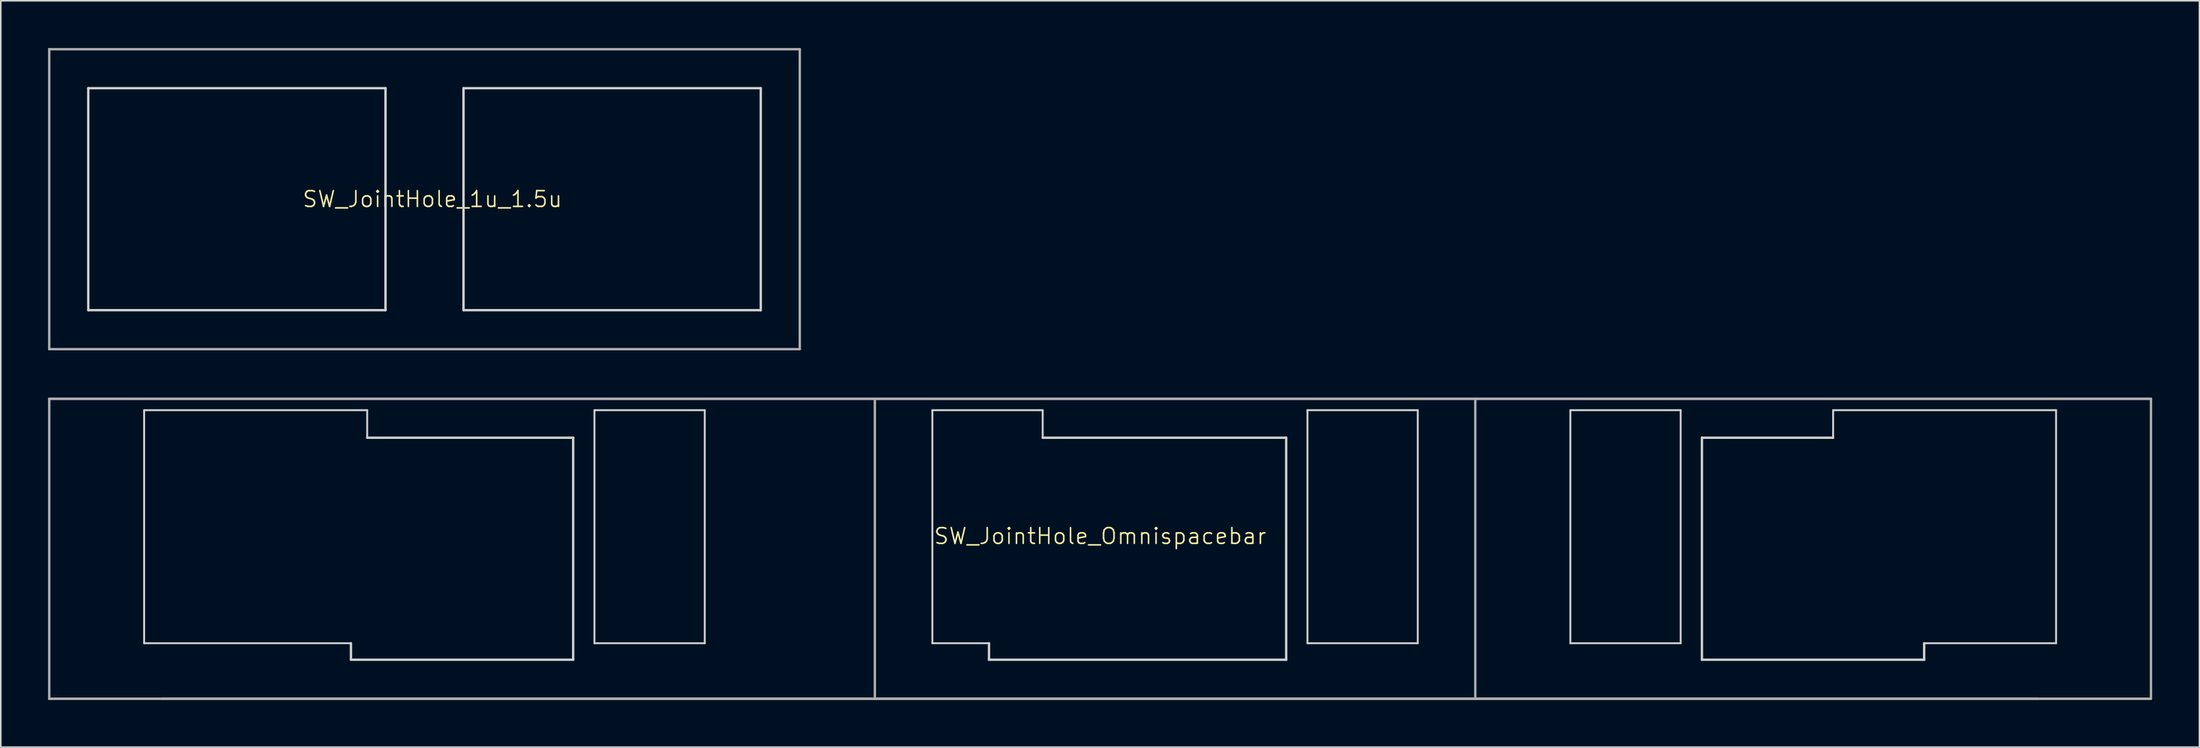
<source format=kicad_pcb>
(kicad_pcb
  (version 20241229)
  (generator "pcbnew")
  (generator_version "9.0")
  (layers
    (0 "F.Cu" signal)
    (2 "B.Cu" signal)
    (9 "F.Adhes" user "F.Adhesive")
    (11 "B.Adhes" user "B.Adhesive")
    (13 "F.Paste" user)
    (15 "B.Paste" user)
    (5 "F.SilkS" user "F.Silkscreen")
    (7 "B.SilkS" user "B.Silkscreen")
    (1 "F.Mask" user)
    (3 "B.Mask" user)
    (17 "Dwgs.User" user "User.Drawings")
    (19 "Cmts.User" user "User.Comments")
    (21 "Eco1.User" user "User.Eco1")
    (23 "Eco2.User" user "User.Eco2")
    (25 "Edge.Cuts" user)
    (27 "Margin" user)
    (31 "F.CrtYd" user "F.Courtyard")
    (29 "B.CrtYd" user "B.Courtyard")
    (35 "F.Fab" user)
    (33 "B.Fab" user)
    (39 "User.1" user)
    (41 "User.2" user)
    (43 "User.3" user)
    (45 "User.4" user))
  (footprint "SW_JointHole_1u_1.5u"
    (layer "F.Cu")
    (at 23.887 9.6)
    (property "Reference" "SW_JointHole_1u_1.5u" (at 0.5 0 0) (unlocked yes) (layer "F.SilkS") (effects (font (size 1 1) (thickness 0.1))))
    (attr through_hole)
    (fp_line (start -21.337 -7.05) (end -2.475 -7.05) (stroke (width 0.15) (type solid)) (layer "Edge.Cuts"))
    (fp_line (start -21.337 7.05) (end -21.337 -7.05) (stroke (width 0.15) (type solid)) (layer "Edge.Cuts"))
    (fp_line (start -2.477 7.05) (end -21.337 7.05) (stroke (width 0.15) (type solid)) (layer "Edge.Cuts"))
    (fp_line (start -2.475 -7.05) (end -2.475 7.05) (stroke (width 0.15) (type solid)) (layer "Edge.Cuts"))
    (fp_line (start 2.475 -7.05) (end 21.337 -7.05) (stroke (width 0.15) (type solid)) (layer "Edge.Cuts"))
    (fp_line (start 2.475 7.05) (end 2.475 -7.05) (stroke (width 0.15) (type solid)) (layer "Edge.Cuts"))
    (fp_line (start 21.337 -7.05) (end 21.337 7.05) (stroke (width 0.15) (type solid)) (layer "Edge.Cuts"))
    (fp_line (start 21.337 7.05) (end 2.475 7.05) (stroke (width 0.15) (type solid)) (layer "Edge.Cuts"))
    (fp_line (start -23.812 -9.525) (end -23.812 9.525) (stroke (width 0.15) (type solid)) (layer "F.Fab"))
    (fp_line (start -23.812 9.525) (end 23.812 9.525) (stroke (width 0.15) (type solid)) (layer "F.Fab"))
    (fp_line (start 23.812 -9.525) (end -23.812 -9.525) (stroke (width 0.15) (type solid)) (layer "F.Fab"))
    (fp_line (start 23.812 9.525) (end 23.812 -9.525) (stroke (width 0.15) (type solid)) (layer "F.Fab")))
  (footprint "SW_JointHole_Omnispacebar"
    (layer "F.Cu")
    (at 66.759 31.79)
    (property "Reference" "SW_JointHole_Omnispacebar" (at 0 -0.79 0) (unlocked yes) (layer "F.SilkS") (effects (font (size 1 1) (thickness 0.1))))
    (attr through_hole)
    (fp_line (start -60.663 -8.79) (end -60.663 6.01) (stroke (width 0.12) (type solid)) (layer "Edge.Cuts"))
    (fp_line (start -60.663 6.01) (end -47.54 6.01) (stroke (width 0.12) (type solid)) (layer "Edge.Cuts"))
    (fp_line (start -47.54 7.06) (end -47.54 6.01) (stroke (width 0.15) (type solid)) (layer "Edge.Cuts"))
    (fp_line (start -46.51 -8.79) (end -60.663 -8.79) (stroke (width 0.12) (type solid)) (layer "Edge.Cuts"))
    (fp_line (start -46.51 -7.04) (end -46.51 -8.79) (stroke (width 0.12) (type solid)) (layer "Edge.Cuts"))
    (fp_line (start -46.51 -7.04) (end -33.44 -7.04) (stroke (width 0.15) (type solid)) (layer "Edge.Cuts"))
    (fp_line (start -33.44 -7.04) (end -33.44 7.06) (stroke (width 0.15) (type solid)) (layer "Edge.Cuts"))
    (fp_line (start -33.44 7.06) (end -47.54 7.06) (stroke (width 0.15) (type solid)) (layer "Edge.Cuts"))
    (fp_line (start -32.09 -8.79) (end -25.09 -8.79) (stroke (width 0.12) (type solid)) (layer "Edge.Cuts"))
    (fp_line (start -32.09 6.01) (end -32.09 -8.79) (stroke (width 0.12) (type solid)) (layer "Edge.Cuts"))
    (fp_line (start -25.09 -8.79) (end -25.09 6.01) (stroke (width 0.12) (type solid)) (layer "Edge.Cuts"))
    (fp_line (start -25.09 6.01) (end -32.09 6.01) (stroke (width 0.12) (type solid)) (layer "Edge.Cuts"))
    (fp_line (start -10.646 -8.79) (end -10.646 6.01) (stroke (width 0.12) (type solid)) (layer "Edge.Cuts"))
    (fp_line (start -10.646 6.01) (end -7.053 6.01) (stroke (width 0.12) (type solid)) (layer "Edge.Cuts"))
    (fp_line (start -7.053 7.06) (end -7.053 6.01) (stroke (width 0.15) (type solid)) (layer "Edge.Cuts"))
    (fp_line (start -3.646 -8.79) (end -10.646 -8.79) (stroke (width 0.12) (type solid)) (layer "Edge.Cuts"))
    (fp_line (start -3.646 -7.04) (end -3.646 -8.79) (stroke (width 0.12) (type solid)) (layer "Edge.Cuts"))
    (fp_line (start -3.646 -7.04) (end 11.804 -7.04) (stroke (width 0.15) (type solid)) (layer "Edge.Cuts"))
    (fp_line (start 11.804 -7.04) (end 11.804 7.06) (stroke (width 0.15) (type solid)) (layer "Edge.Cuts"))
    (fp_line (start 11.804 7.06) (end -7.053 7.06) (stroke (width 0.15) (type solid)) (layer "Edge.Cuts"))
    (fp_line (start 13.154 -8.79) (end 20.154 -8.79) (stroke (width 0.12) (type solid)) (layer "Edge.Cuts"))
    (fp_line (start 13.154 6.01) (end 13.154 -8.79) (stroke (width 0.12) (type solid)) (layer "Edge.Cuts"))
    (fp_line (start 20.154 -8.79) (end 20.154 6.01) (stroke (width 0.12) (type solid)) (layer "Edge.Cuts"))
    (fp_line (start 20.154 6.01) (end 13.154 6.01) (stroke (width 0.12) (type solid)) (layer "Edge.Cuts"))
    (fp_line (start 29.835 -8.79) (end 29.835 6.01) (stroke (width 0.12) (type solid)) (layer "Edge.Cuts"))
    (fp_line (start 29.835 6.01) (end 36.835 6.01) (stroke (width 0.12) (type solid)) (layer "Edge.Cuts"))
    (fp_line (start 36.835 -8.79) (end 29.835 -8.79) (stroke (width 0.12) (type solid)) (layer "Edge.Cuts"))
    (fp_line (start 36.835 6.01) (end 36.835 -8.79) (stroke (width 0.12) (type solid)) (layer "Edge.Cuts"))
    (fp_line (start 38.185 -7.04) (end 46.51 -7.04) (stroke (width 0.15) (type solid)) (layer "Edge.Cuts"))
    (fp_line (start 38.185 7.06) (end 38.185 -7.04) (stroke (width 0.15) (type solid)) (layer "Edge.Cuts"))
    (fp_line (start 46.51 -8.79) (end 60.657 -8.79) (stroke (width 0.12) (type solid)) (layer "Edge.Cuts"))
    (fp_line (start 46.51 -7.04) (end 46.51 -8.79) (stroke (width 0.12) (type solid)) (layer "Edge.Cuts"))
    (fp_line (start 52.285 6.01) (end 52.285 7.06) (stroke (width 0.15) (type solid)) (layer "Edge.Cuts"))
    (fp_line (start 52.285 7.06) (end 38.185 7.06) (stroke (width 0.15) (type solid)) (layer "Edge.Cuts"))
    (fp_line (start 60.657 -8.79) (end 60.657 6.01) (stroke (width 0.12) (type solid)) (layer "Edge.Cuts"))
    (fp_line (start 60.657 6.01) (end 52.285 6.01) (stroke (width 0.12) (type solid)) (layer "Edge.Cuts"))
    (fp_line (start -66.684 -9.515) (end -66.684 9.535) (stroke (width 0.15) (type solid)) (layer "F.Fab"))
    (fp_line (start -66.684 9.535) (end -14.296 9.535) (stroke (width 0.15) (type solid)) (layer "F.Fab"))
    (fp_line (start -66.684 9.535) (end 66.679 9.535) (stroke (width 0.15) (type solid)) (layer "F.Fab"))
    (fp_line (start -59.531 9.525) (end 59.531 9.525) (stroke (width 0.15) (type solid)) (layer "F.Fab"))
    (fp_line (start -14.296 -9.515) (end -66.684 -9.515) (stroke (width 0.15) (type solid)) (layer "F.Fab"))
    (fp_line (start -14.296 -9.515) (end -14.296 9.535) (stroke (width 0.15) (type solid)) (layer "F.Fab"))
    (fp_line (start -14.296 9.535) (end 23.804 9.535) (stroke (width 0.15) (type solid)) (layer "F.Fab"))
    (fp_line (start 23.804 -9.515) (end -14.296 -9.515) (stroke (width 0.15) (type solid)) (layer "F.Fab"))
    (fp_line (start 23.804 -9.515) (end 23.804 9.535) (stroke (width 0.15) (type solid)) (layer "F.Fab"))
    (fp_line (start 23.804 9.535) (end 66.666 9.535) (stroke (width 0.15) (type solid)) (layer "F.Fab"))
    (fp_line (start 66.679 -9.515) (end -66.684 -9.515) (stroke (width 0.15) (type solid)) (layer "F.Fab"))
    (fp_line (start 66.679 -9.515) (end 23.804 -9.515) (stroke (width 0.15) (type solid)) (layer "F.Fab"))
    (fp_line (start 66.679 9.535) (end 66.679 -9.515) (stroke (width 0.15) (type solid)) (layer "F.Fab")))
  (gr_rect
    (start -3 -3)
    (end 136.512 44.4)
    (stroke (width 0.1) (type default))
    (fill no)
    (layer "Edge.Cuts")))
</source>
